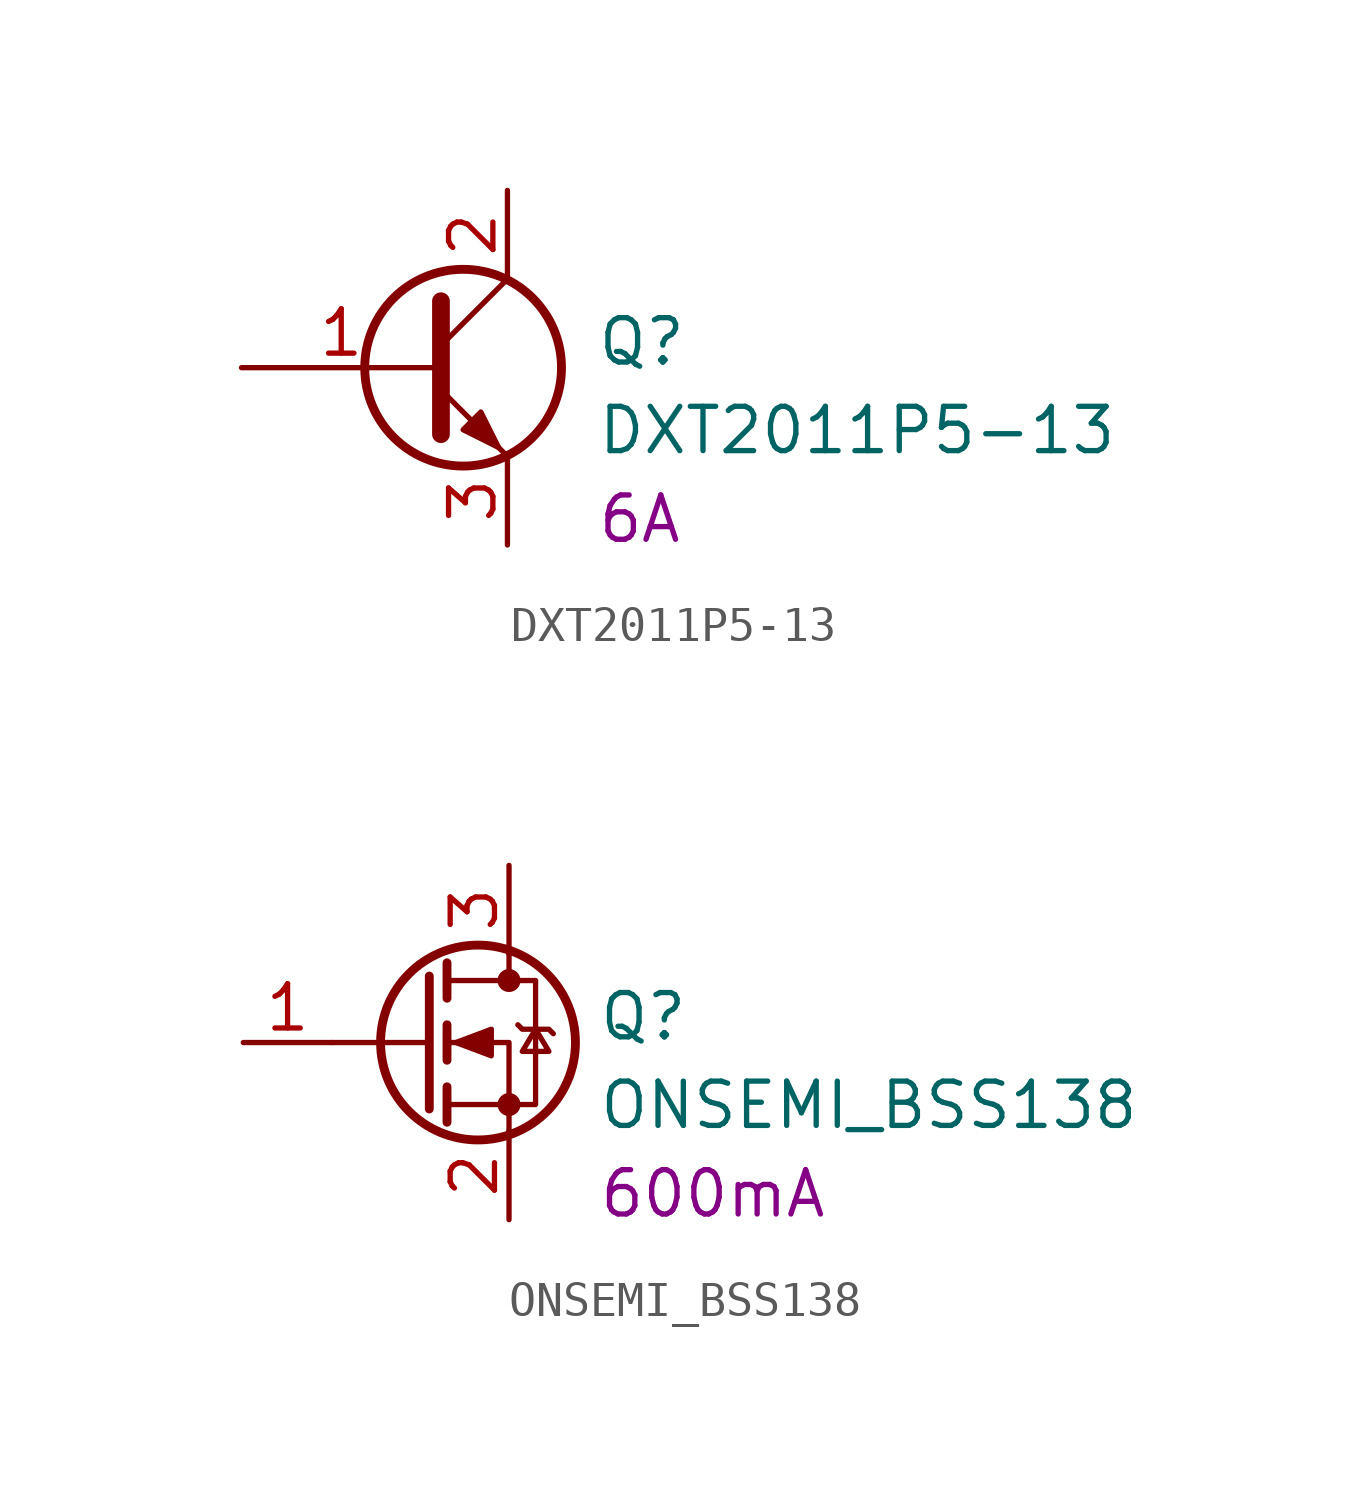
<source format=kicad_sym>
(kicad_symbol_lib
  (version 20211014)
  (generator kicad_symbol_editor)
  (symbol "DXT2011P5-13"
    (pin_names
      (offset 0.254) hide)
    (property "Reference" "Q"
      (at 10.16 0 0)
      (effects (font (size 1.27 1.27)) (justify left bottom)))
    (property "Value" "DXT2011P5-13"
      (at 10.16 -2.54 0)
      (effects (font (size 1.27 1.27)) (justify left bottom)))
    (property "IMAX" "6A"
      (at 10.16 -5.08 0)
      (effects (font (size 1.27 1.27)) (justify left bottom)))
    (symbol "DXT2011P5-13_0_1"
      (polyline (pts (xy 5.715 0.635) (xy 7.62 2.54)) (stroke (width 0) (type default) (color 0 0 0 0)) (fill (type none)))
      (polyline (pts (xy 5.715 -0.635) (xy 7.62 -2.54) (xy 7.62 -2.54)) (stroke (width 0) (type default) (color 0 0 0 0)) (fill (type none)))
      (polyline (pts (xy 5.715 1.905) (xy 5.715 -1.905) (xy 5.715 -1.905)) (stroke (width 0.508) (type default) (color 0 0 0 0)) (fill (type none)))
      (polyline (pts (xy 6.35 -1.778) (xy 6.858 -1.27) (xy 7.366 -2.286) (xy 6.35 -1.778) (xy 6.35 -1.778)) (stroke (width 0) (type default) (color 0 0 0 0)) (fill (type outline)))
      (circle (center 6.35 0) (radius 2.819) (stroke (width 0.254) (type default) (color 0 0 0 0)) (fill (type none))))
    (symbol "DXT2011P5-13_1_1"
      (pin input line (at 0 0 0) (length 5.715) (name "B" (effects (font (size 1.27 1.27)))) (number "1" (effects (font (size 1.27 1.27)))))
      (pin passive line (at 7.62 5.08 270) (length 2.54) (name "C" (effects (font (size 1.27 1.27)))) (number "2" (effects (font (size 1.27 1.27)))))
      (pin passive line (at 7.62 -5.08 90) (length 2.54) (name "E" (effects (font (size 1.27 1.27)))) (number "3" (effects (font (size 1.27 1.27)))))))
  (symbol "ONSEMI_BSS138"
    (pin_names
      (offset 0.254) hide)
    (property "Reference" "Q"
      (at 10.16 0 0)
      (effects (font (size 1.27 1.27)) (justify left bottom)))
    (property "Value" "ONSEMI_BSS138"
      (at 10.16 -2.54 0)
      (effects (font (size 1.27 1.27)) (justify left bottom)))
    (property "IMAX" "600mA"
      (at 10.16 -5.08 0)
      (effects (font (size 1.27 1.27)) (justify left bottom)))
    (symbol "ONSEMI_BSS138_0_1"
      (polyline (pts (xy 5.334 0) (xy 2.54 0)) (stroke (width 0) (type default) (color 0 0 0 0)) (fill (type none)))
      (polyline (pts (xy 5.334 1.905) (xy 5.334 -1.905)) (stroke (width 0.254) (type default) (color 0 0 0 0)) (fill (type none)))
      (polyline (pts (xy 5.842 -1.27) (xy 5.842 -2.286)) (stroke (width 0.254) (type default) (color 0 0 0 0)) (fill (type none)))
      (polyline (pts (xy 5.842 0.508) (xy 5.842 -0.508)) (stroke (width 0.254) (type default) (color 0 0 0 0)) (fill (type none)))
      (polyline (pts (xy 5.842 2.286) (xy 5.842 1.27)) (stroke (width 0.254) (type default) (color 0 0 0 0)) (fill (type none)))
      (polyline (pts (xy 7.62 2.54) (xy 7.62 1.778)) (stroke (width 0) (type default) (color 0 0 0 0)) (fill (type none)))
      (polyline (pts (xy 7.62 -2.54) (xy 7.62 0) (xy 5.842 0)) (stroke (width 0) (type default) (color 0 0 0 0)) (fill (type none)))
      (polyline (pts (xy 5.842 -1.778) (xy 8.382 -1.778) (xy 8.382 1.778) (xy 5.842 1.778)) (stroke (width 0) (type default) (color 0 0 0 0)) (fill (type none)))
      (polyline (pts (xy 6.096 0) (xy 7.112 0.381) (xy 7.112 -0.381) (xy 6.096 0)) (stroke (width 0) (type default) (color 0 0 0 0)) (fill (type outline)))
      (polyline (pts (xy 7.874 0.508) (xy 8.001 0.381) (xy 8.763 0.381) (xy 8.89 0.254)) (stroke (width 0) (type default) (color 0 0 0 0)) (fill (type none)))
      (polyline (pts (xy 8.382 0.381) (xy 8.001 -0.254) (xy 8.763 -0.254) (xy 8.382 0.381)) (stroke (width 0) (type default) (color 0 0 0 0)) (fill (type none)))
      (circle (center 6.731 0) (radius 2.794) (stroke (width 0.254) (type default) (color 0 0 0 0)) (fill (type none)))
      (circle (center 7.62 -1.778) (radius 0.254) (stroke (width 0) (type default) (color 0 0 0 0)) (fill (type outline)))
      (circle (center 7.62 1.778) (radius 0.254) (stroke (width 0) (type default) (color 0 0 0 0)) (fill (type outline))))
    (symbol "ONSEMI_BSS138_1_1"
      (pin input line (at 0 0 0) (length 2.54) (name "G" (effects (font (size 1.27 1.27)))) (number "1" (effects (font (size 1.27 1.27)))))
      (pin passive line (at 7.62 -5.08 90) (length 2.54) (name "S" (effects (font (size 1.27 1.27)))) (number "2" (effects (font (size 1.27 1.27)))))
      (pin passive line (at 7.62 5.08 270) (length 2.54) (name "D" (effects (font (size 1.27 1.27)))) (number "3" (effects (font (size 1.27 1.27))))))))
</source>
